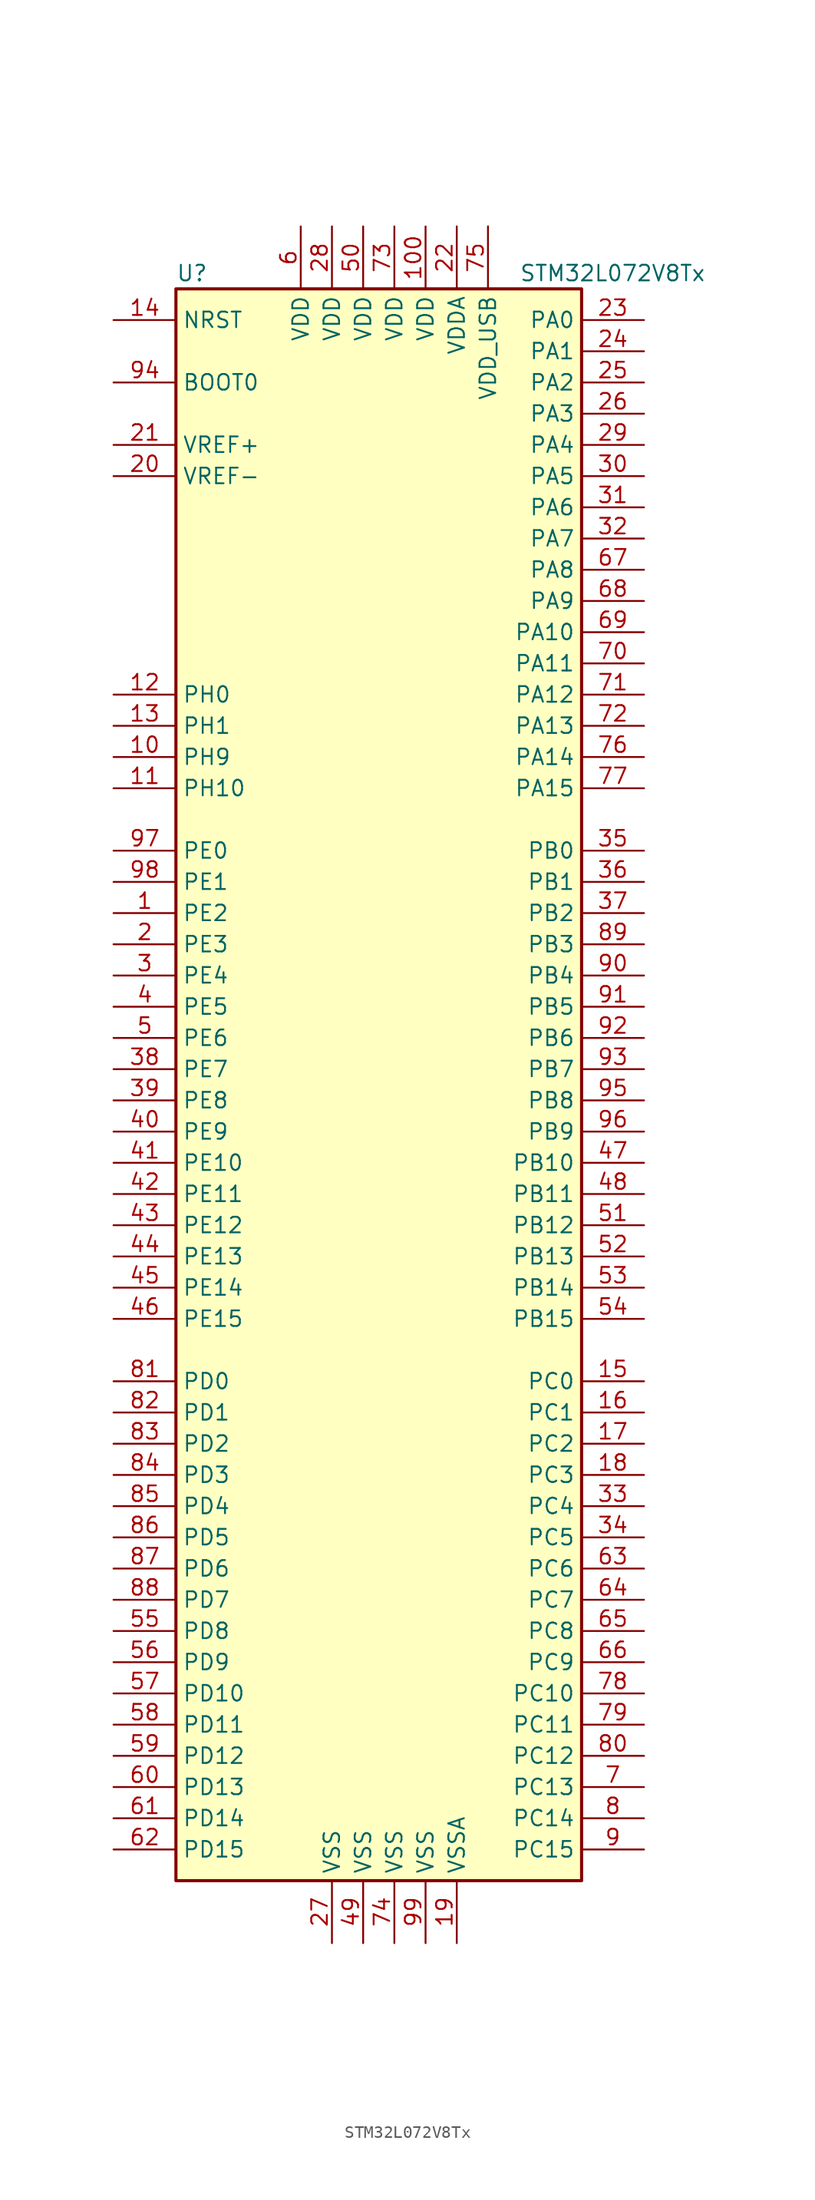
<source format=kicad_sym>
(kicad_symbol_lib
  (version 20201005)
  (generator kicad_symbol_editor)
  (symbol "MCU_ST_STM32L0:STM32L072V8Tx"
    (property "Reference" "U"
      (at -17.78 64.77 0)
      (effects (font (size 1.27 1.27)) (justify left)))
    (property "Value" "STM32L072V8Tx"
      (at 10.16 64.77 0)
      (effects (font (size 1.27 1.27)) (justify left)))
    (symbol "STM32L072V8Tx_0_1"
      (rectangle (start -17.78 -66.04) (end 15.24 63.5) (stroke (width 0.254)) (fill (type background))))
    (symbol "STM32L072V8Tx_1_1"
      (pin input line (at -22.86 55.88 0) (length 5.08) (name "BOOT0" (effects (font (size 1.27 1.27)))) (number "94" (effects (font (size 1.27 1.27)))))
      (pin input line (at -22.86 60.96 0) (length 5.08) (name "NRST" (effects (font (size 1.27 1.27)))) (number "14" (effects (font (size 1.27 1.27)))))
      (pin bidirectional line (at 20.32 60.96 180) (length 5.08) (name "PA0" (effects (font (size 1.27 1.27)))) (number "23" (effects (font (size 1.27 1.27)))))
      (pin bidirectional line (at 20.32 58.42 180) (length 5.08) (name "PA1" (effects (font (size 1.27 1.27)))) (number "24" (effects (font (size 1.27 1.27)))))
      (pin bidirectional line (at 20.32 35.56 180) (length 5.08) (name "PA10" (effects (font (size 1.27 1.27)))) (number "69" (effects (font (size 1.27 1.27)))))
      (pin bidirectional line (at 20.32 33.02 180) (length 5.08) (name "PA11" (effects (font (size 1.27 1.27)))) (number "70" (effects (font (size 1.27 1.27)))))
      (pin bidirectional line (at 20.32 30.48 180) (length 5.08) (name "PA12" (effects (font (size 1.27 1.27)))) (number "71" (effects (font (size 1.27 1.27)))))
      (pin bidirectional line (at 20.32 27.94 180) (length 5.08) (name "PA13" (effects (font (size 1.27 1.27)))) (number "72" (effects (font (size 1.27 1.27)))))
      (pin bidirectional line (at 20.32 25.4 180) (length 5.08) (name "PA14" (effects (font (size 1.27 1.27)))) (number "76" (effects (font (size 1.27 1.27)))))
      (pin bidirectional line (at 20.32 22.86 180) (length 5.08) (name "PA15" (effects (font (size 1.27 1.27)))) (number "77" (effects (font (size 1.27 1.27)))))
      (pin bidirectional line (at 20.32 55.88 180) (length 5.08) (name "PA2" (effects (font (size 1.27 1.27)))) (number "25" (effects (font (size 1.27 1.27)))))
      (pin bidirectional line (at 20.32 53.34 180) (length 5.08) (name "PA3" (effects (font (size 1.27 1.27)))) (number "26" (effects (font (size 1.27 1.27)))))
      (pin bidirectional line (at 20.32 50.8 180) (length 5.08) (name "PA4" (effects (font (size 1.27 1.27)))) (number "29" (effects (font (size 1.27 1.27)))))
      (pin bidirectional line (at 20.32 48.26 180) (length 5.08) (name "PA5" (effects (font (size 1.27 1.27)))) (number "30" (effects (font (size 1.27 1.27)))))
      (pin bidirectional line (at 20.32 45.72 180) (length 5.08) (name "PA6" (effects (font (size 1.27 1.27)))) (number "31" (effects (font (size 1.27 1.27)))))
      (pin bidirectional line (at 20.32 43.18 180) (length 5.08) (name "PA7" (effects (font (size 1.27 1.27)))) (number "32" (effects (font (size 1.27 1.27)))))
      (pin bidirectional line (at 20.32 40.64 180) (length 5.08) (name "PA8" (effects (font (size 1.27 1.27)))) (number "67" (effects (font (size 1.27 1.27)))))
      (pin bidirectional line (at 20.32 38.1 180) (length 5.08) (name "PA9" (effects (font (size 1.27 1.27)))) (number "68" (effects (font (size 1.27 1.27)))))
      (pin bidirectional line (at 20.32 17.78 180) (length 5.08) (name "PB0" (effects (font (size 1.27 1.27)))) (number "35" (effects (font (size 1.27 1.27)))))
      (pin bidirectional line (at 20.32 15.24 180) (length 5.08) (name "PB1" (effects (font (size 1.27 1.27)))) (number "36" (effects (font (size 1.27 1.27)))))
      (pin bidirectional line (at 20.32 -7.62 180) (length 5.08) (name "PB10" (effects (font (size 1.27 1.27)))) (number "47" (effects (font (size 1.27 1.27)))))
      (pin bidirectional line (at 20.32 -10.16 180) (length 5.08) (name "PB11" (effects (font (size 1.27 1.27)))) (number "48" (effects (font (size 1.27 1.27)))))
      (pin bidirectional line (at 20.32 -12.7 180) (length 5.08) (name "PB12" (effects (font (size 1.27 1.27)))) (number "51" (effects (font (size 1.27 1.27)))))
      (pin bidirectional line (at 20.32 -15.24 180) (length 5.08) (name "PB13" (effects (font (size 1.27 1.27)))) (number "52" (effects (font (size 1.27 1.27)))))
      (pin bidirectional line (at 20.32 -17.78 180) (length 5.08) (name "PB14" (effects (font (size 1.27 1.27)))) (number "53" (effects (font (size 1.27 1.27)))))
      (pin bidirectional line (at 20.32 -20.32 180) (length 5.08) (name "PB15" (effects (font (size 1.27 1.27)))) (number "54" (effects (font (size 1.27 1.27)))))
      (pin bidirectional line (at 20.32 12.7 180) (length 5.08) (name "PB2" (effects (font (size 1.27 1.27)))) (number "37" (effects (font (size 1.27 1.27)))))
      (pin bidirectional line (at 20.32 10.16 180) (length 5.08) (name "PB3" (effects (font (size 1.27 1.27)))) (number "89" (effects (font (size 1.27 1.27)))))
      (pin bidirectional line (at 20.32 7.62 180) (length 5.08) (name "PB4" (effects (font (size 1.27 1.27)))) (number "90" (effects (font (size 1.27 1.27)))))
      (pin bidirectional line (at 20.32 5.08 180) (length 5.08) (name "PB5" (effects (font (size 1.27 1.27)))) (number "91" (effects (font (size 1.27 1.27)))))
      (pin bidirectional line (at 20.32 2.54 180) (length 5.08) (name "PB6" (effects (font (size 1.27 1.27)))) (number "92" (effects (font (size 1.27 1.27)))))
      (pin bidirectional line (at 20.32 0 180) (length 5.08) (name "PB7" (effects (font (size 1.27 1.27)))) (number "93" (effects (font (size 1.27 1.27)))))
      (pin bidirectional line (at 20.32 -2.54 180) (length 5.08) (name "PB8" (effects (font (size 1.27 1.27)))) (number "95" (effects (font (size 1.27 1.27)))))
      (pin bidirectional line (at 20.32 -5.08 180) (length 5.08) (name "PB9" (effects (font (size 1.27 1.27)))) (number "96" (effects (font (size 1.27 1.27)))))
      (pin bidirectional line (at 20.32 -25.4 180) (length 5.08) (name "PC0" (effects (font (size 1.27 1.27)))) (number "15" (effects (font (size 1.27 1.27)))))
      (pin bidirectional line (at 20.32 -27.94 180) (length 5.08) (name "PC1" (effects (font (size 1.27 1.27)))) (number "16" (effects (font (size 1.27 1.27)))))
      (pin bidirectional line (at 20.32 -50.8 180) (length 5.08) (name "PC10" (effects (font (size 1.27 1.27)))) (number "78" (effects (font (size 1.27 1.27)))))
      (pin bidirectional line (at 20.32 -53.34 180) (length 5.08) (name "PC11" (effects (font (size 1.27 1.27)))) (number "79" (effects (font (size 1.27 1.27)))))
      (pin bidirectional line (at 20.32 -55.88 180) (length 5.08) (name "PC12" (effects (font (size 1.27 1.27)))) (number "80" (effects (font (size 1.27 1.27)))))
      (pin bidirectional line (at 20.32 -58.42 180) (length 5.08) (name "PC13" (effects (font (size 1.27 1.27)))) (number "7" (effects (font (size 1.27 1.27)))))
      (pin bidirectional line (at 20.32 -60.96 180) (length 5.08) (name "PC14" (effects (font (size 1.27 1.27)))) (number "8" (effects (font (size 1.27 1.27)))))
      (pin bidirectional line (at 20.32 -63.5 180) (length 5.08) (name "PC15" (effects (font (size 1.27 1.27)))) (number "9" (effects (font (size 1.27 1.27)))))
      (pin bidirectional line (at 20.32 -30.48 180) (length 5.08) (name "PC2" (effects (font (size 1.27 1.27)))) (number "17" (effects (font (size 1.27 1.27)))))
      (pin bidirectional line (at 20.32 -33.02 180) (length 5.08) (name "PC3" (effects (font (size 1.27 1.27)))) (number "18" (effects (font (size 1.27 1.27)))))
      (pin bidirectional line (at 20.32 -35.56 180) (length 5.08) (name "PC4" (effects (font (size 1.27 1.27)))) (number "33" (effects (font (size 1.27 1.27)))))
      (pin bidirectional line (at 20.32 -38.1 180) (length 5.08) (name "PC5" (effects (font (size 1.27 1.27)))) (number "34" (effects (font (size 1.27 1.27)))))
      (pin bidirectional line (at 20.32 -40.64 180) (length 5.08) (name "PC6" (effects (font (size 1.27 1.27)))) (number "63" (effects (font (size 1.27 1.27)))))
      (pin bidirectional line (at 20.32 -43.18 180) (length 5.08) (name "PC7" (effects (font (size 1.27 1.27)))) (number "64" (effects (font (size 1.27 1.27)))))
      (pin bidirectional line (at 20.32 -45.72 180) (length 5.08) (name "PC8" (effects (font (size 1.27 1.27)))) (number "65" (effects (font (size 1.27 1.27)))))
      (pin bidirectional line (at 20.32 -48.26 180) (length 5.08) (name "PC9" (effects (font (size 1.27 1.27)))) (number "66" (effects (font (size 1.27 1.27)))))
      (pin bidirectional line (at -22.86 -25.4 0) (length 5.08) (name "PD0" (effects (font (size 1.27 1.27)))) (number "81" (effects (font (size 1.27 1.27)))))
      (pin bidirectional line (at -22.86 -27.94 0) (length 5.08) (name "PD1" (effects (font (size 1.27 1.27)))) (number "82" (effects (font (size 1.27 1.27)))))
      (pin bidirectional line (at -22.86 -50.8 0) (length 5.08) (name "PD10" (effects (font (size 1.27 1.27)))) (number "57" (effects (font (size 1.27 1.27)))))
      (pin bidirectional line (at -22.86 -53.34 0) (length 5.08) (name "PD11" (effects (font (size 1.27 1.27)))) (number "58" (effects (font (size 1.27 1.27)))))
      (pin bidirectional line (at -22.86 -55.88 0) (length 5.08) (name "PD12" (effects (font (size 1.27 1.27)))) (number "59" (effects (font (size 1.27 1.27)))))
      (pin bidirectional line (at -22.86 -58.42 0) (length 5.08) (name "PD13" (effects (font (size 1.27 1.27)))) (number "60" (effects (font (size 1.27 1.27)))))
      (pin bidirectional line (at -22.86 -60.96 0) (length 5.08) (name "PD14" (effects (font (size 1.27 1.27)))) (number "61" (effects (font (size 1.27 1.27)))))
      (pin bidirectional line (at -22.86 -63.5 0) (length 5.08) (name "PD15" (effects (font (size 1.27 1.27)))) (number "62" (effects (font (size 1.27 1.27)))))
      (pin bidirectional line (at -22.86 -30.48 0) (length 5.08) (name "PD2" (effects (font (size 1.27 1.27)))) (number "83" (effects (font (size 1.27 1.27)))))
      (pin bidirectional line (at -22.86 -33.02 0) (length 5.08) (name "PD3" (effects (font (size 1.27 1.27)))) (number "84" (effects (font (size 1.27 1.27)))))
      (pin bidirectional line (at -22.86 -35.56 0) (length 5.08) (name "PD4" (effects (font (size 1.27 1.27)))) (number "85" (effects (font (size 1.27 1.27)))))
      (pin bidirectional line (at -22.86 -38.1 0) (length 5.08) (name "PD5" (effects (font (size 1.27 1.27)))) (number "86" (effects (font (size 1.27 1.27)))))
      (pin bidirectional line (at -22.86 -40.64 0) (length 5.08) (name "PD6" (effects (font (size 1.27 1.27)))) (number "87" (effects (font (size 1.27 1.27)))))
      (pin bidirectional line (at -22.86 -43.18 0) (length 5.08) (name "PD7" (effects (font (size 1.27 1.27)))) (number "88" (effects (font (size 1.27 1.27)))))
      (pin bidirectional line (at -22.86 -45.72 0) (length 5.08) (name "PD8" (effects (font (size 1.27 1.27)))) (number "55" (effects (font (size 1.27 1.27)))))
      (pin bidirectional line (at -22.86 -48.26 0) (length 5.08) (name "PD9" (effects (font (size 1.27 1.27)))) (number "56" (effects (font (size 1.27 1.27)))))
      (pin bidirectional line (at -22.86 17.78 0) (length 5.08) (name "PE0" (effects (font (size 1.27 1.27)))) (number "97" (effects (font (size 1.27 1.27)))))
      (pin bidirectional line (at -22.86 15.24 0) (length 5.08) (name "PE1" (effects (font (size 1.27 1.27)))) (number "98" (effects (font (size 1.27 1.27)))))
      (pin bidirectional line (at -22.86 -7.62 0) (length 5.08) (name "PE10" (effects (font (size 1.27 1.27)))) (number "41" (effects (font (size 1.27 1.27)))))
      (pin bidirectional line (at -22.86 -10.16 0) (length 5.08) (name "PE11" (effects (font (size 1.27 1.27)))) (number "42" (effects (font (size 1.27 1.27)))))
      (pin bidirectional line (at -22.86 -12.7 0) (length 5.08) (name "PE12" (effects (font (size 1.27 1.27)))) (number "43" (effects (font (size 1.27 1.27)))))
      (pin bidirectional line (at -22.86 -15.24 0) (length 5.08) (name "PE13" (effects (font (size 1.27 1.27)))) (number "44" (effects (font (size 1.27 1.27)))))
      (pin bidirectional line (at -22.86 -17.78 0) (length 5.08) (name "PE14" (effects (font (size 1.27 1.27)))) (number "45" (effects (font (size 1.27 1.27)))))
      (pin bidirectional line (at -22.86 -20.32 0) (length 5.08) (name "PE15" (effects (font (size 1.27 1.27)))) (number "46" (effects (font (size 1.27 1.27)))))
      (pin bidirectional line (at -22.86 12.7 0) (length 5.08) (name "PE2" (effects (font (size 1.27 1.27)))) (number "1" (effects (font (size 1.27 1.27)))))
      (pin bidirectional line (at -22.86 10.16 0) (length 5.08) (name "PE3" (effects (font (size 1.27 1.27)))) (number "2" (effects (font (size 1.27 1.27)))))
      (pin bidirectional line (at -22.86 7.62 0) (length 5.08) (name "PE4" (effects (font (size 1.27 1.27)))) (number "3" (effects (font (size 1.27 1.27)))))
      (pin bidirectional line (at -22.86 5.08 0) (length 5.08) (name "PE5" (effects (font (size 1.27 1.27)))) (number "4" (effects (font (size 1.27 1.27)))))
      (pin bidirectional line (at -22.86 2.54 0) (length 5.08) (name "PE6" (effects (font (size 1.27 1.27)))) (number "5" (effects (font (size 1.27 1.27)))))
      (pin bidirectional line (at -22.86 0 0) (length 5.08) (name "PE7" (effects (font (size 1.27 1.27)))) (number "38" (effects (font (size 1.27 1.27)))))
      (pin bidirectional line (at -22.86 -2.54 0) (length 5.08) (name "PE8" (effects (font (size 1.27 1.27)))) (number "39" (effects (font (size 1.27 1.27)))))
      (pin bidirectional line (at -22.86 -5.08 0) (length 5.08) (name "PE9" (effects (font (size 1.27 1.27)))) (number "40" (effects (font (size 1.27 1.27)))))
      (pin input line (at -22.86 30.48 0) (length 5.08) (name "PH0" (effects (font (size 1.27 1.27)))) (number "12" (effects (font (size 1.27 1.27)))))
      (pin input line (at -22.86 27.94 0) (length 5.08) (name "PH1" (effects (font (size 1.27 1.27)))) (number "13" (effects (font (size 1.27 1.27)))))
      (pin bidirectional line (at -22.86 22.86 0) (length 5.08) (name "PH10" (effects (font (size 1.27 1.27)))) (number "11" (effects (font (size 1.27 1.27)))))
      (pin bidirectional line (at -22.86 25.4 0) (length 5.08) (name "PH9" (effects (font (size 1.27 1.27)))) (number "10" (effects (font (size 1.27 1.27)))))
      (pin power_in line (at 2.54 68.58 270) (length 5.08) (name "VDD" (effects (font (size 1.27 1.27)))) (number "100" (effects (font (size 1.27 1.27)))))
      (pin power_in line (at -5.08 68.58 270) (length 5.08) (name "VDD" (effects (font (size 1.27 1.27)))) (number "28" (effects (font (size 1.27 1.27)))))
      (pin power_in line (at -2.54 68.58 270) (length 5.08) (name "VDD" (effects (font (size 1.27 1.27)))) (number "50" (effects (font (size 1.27 1.27)))))
      (pin power_in line (at -7.62 68.58 270) (length 5.08) (name "VDD" (effects (font (size 1.27 1.27)))) (number "6" (effects (font (size 1.27 1.27)))))
      (pin power_in line (at 0 68.58 270) (length 5.08) (name "VDD" (effects (font (size 1.27 1.27)))) (number "73" (effects (font (size 1.27 1.27)))))
      (pin power_in line (at 5.08 68.58 270) (length 5.08) (name "VDDA" (effects (font (size 1.27 1.27)))) (number "22" (effects (font (size 1.27 1.27)))))
      (pin power_in line (at 7.62 68.58 270) (length 5.08) (name "VDD_USB" (effects (font (size 1.27 1.27)))) (number "75" (effects (font (size 1.27 1.27)))))
      (pin power_in line (at -22.86 50.8 0) (length 5.08) (name "VREF+" (effects (font (size 1.27 1.27)))) (number "21" (effects (font (size 1.27 1.27)))))
      (pin power_in line (at -22.86 48.26 0) (length 5.08) (name "VREF-" (effects (font (size 1.27 1.27)))) (number "20" (effects (font (size 1.27 1.27)))))
      (pin power_in line (at -5.08 -71.12 90) (length 5.08) (name "VSS" (effects (font (size 1.27 1.27)))) (number "27" (effects (font (size 1.27 1.27)))))
      (pin power_in line (at -2.54 -71.12 90) (length 5.08) (name "VSS" (effects (font (size 1.27 1.27)))) (number "49" (effects (font (size 1.27 1.27)))))
      (pin power_in line (at 0 -71.12 90) (length 5.08) (name "VSS" (effects (font (size 1.27 1.27)))) (number "74" (effects (font (size 1.27 1.27)))))
      (pin power_in line (at 2.54 -71.12 90) (length 5.08) (name "VSS" (effects (font (size 1.27 1.27)))) (number "99" (effects (font (size 1.27 1.27)))))
      (pin power_in line (at 5.08 -71.12 90) (length 5.08) (name "VSSA" (effects (font (size 1.27 1.27)))) (number "19" (effects (font (size 1.27 1.27))))))))
</source>
